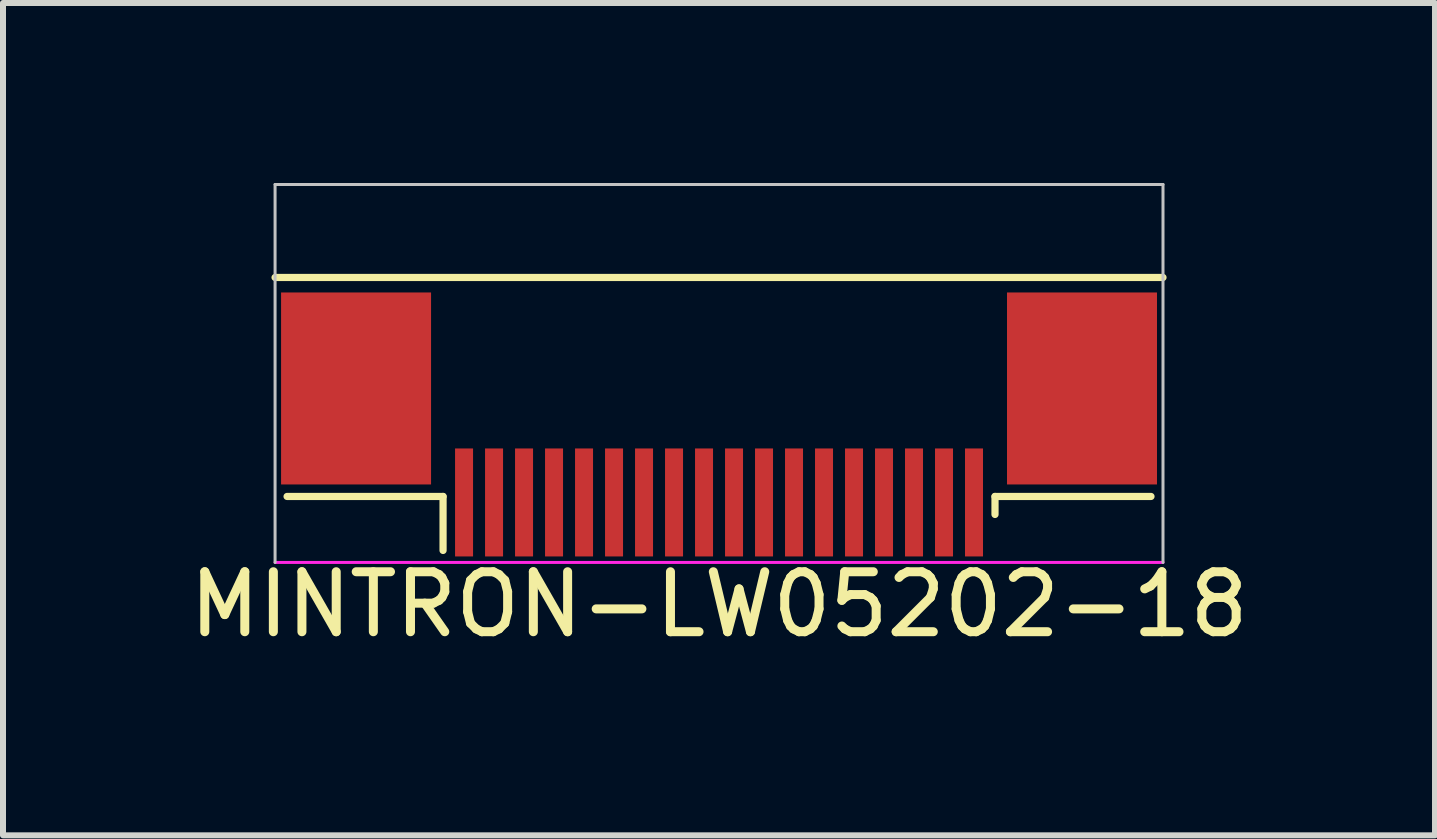
<source format=kicad_pcb>
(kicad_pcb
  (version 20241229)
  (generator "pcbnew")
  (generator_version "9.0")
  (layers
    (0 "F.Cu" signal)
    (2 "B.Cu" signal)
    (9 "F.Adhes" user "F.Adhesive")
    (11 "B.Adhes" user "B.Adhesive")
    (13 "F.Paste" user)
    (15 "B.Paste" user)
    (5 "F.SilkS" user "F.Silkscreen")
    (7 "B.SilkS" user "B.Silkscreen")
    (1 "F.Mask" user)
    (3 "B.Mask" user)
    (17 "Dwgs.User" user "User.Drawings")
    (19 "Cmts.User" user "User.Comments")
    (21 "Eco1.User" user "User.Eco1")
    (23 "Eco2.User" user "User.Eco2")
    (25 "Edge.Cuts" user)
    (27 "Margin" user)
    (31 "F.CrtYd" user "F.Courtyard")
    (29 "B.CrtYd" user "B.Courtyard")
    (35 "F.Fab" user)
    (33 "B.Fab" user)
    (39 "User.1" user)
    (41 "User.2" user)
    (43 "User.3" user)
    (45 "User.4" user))
  (footprint "MINTRON-LW05202-18"
    (layer "F.Cu")
    (at 8.935 6.225)
    (property "Reference" "MINTRON-LW05202-18" (at 0 0.8 0) (layer "F.SilkS") (effects (font (size 1 1) (thickness 0.15))))
    (attr smd)
    (fp_line (start -7.2 -1) (end -4.6 -1) (stroke (width 0.12) (type solid)) (layer "F.SilkS"))
    (fp_line (start -4.6 -1) (end -4.6 -0.1) (stroke (width 0.12) (type solid)) (layer "F.SilkS"))
    (fp_line (start 4.6 -1) (end 4.6 -0.7) (stroke (width 0.12) (type solid)) (layer "F.SilkS"))
    (fp_line (start 7.2 -1) (end 4.6 -1) (stroke (width 0.12) (type solid)) (layer "F.SilkS"))
    (fp_line (start 7.4 -4.65) (end -7.4 -4.65) (stroke (width 0.12) (type solid)) (layer "F.SilkS"))
    (fp_line (start -7.4 -6.2) (end -7.4 0.1) (stroke (width 0.05) (type solid)) (layer "Dwgs.User"))
    (fp_line (start 7.4 -6.2) (end -7.4 -6.2) (stroke (width 0.05) (type solid)) (layer "Dwgs.User"))
    (fp_line (start 7.4 0.1) (end 7.4 -6.2) (stroke (width 0.05) (type solid)) (layer "Dwgs.User"))
    (fp_line (start -7.4 0.1) (end 7.4 0.1) (stroke (width 0.05) (type solid)) (layer "F.CrtYd"))
    (pad "1" smd rect (at -4.25 -0.9) (size 0.3 1.8) (layers "F.Cu" "F.Mask" "F.Paste"))
    (pad "2" smd rect (at -3.75 -0.9) (size 0.3 1.8) (layers "F.Cu" "F.Mask" "F.Paste"))
    (pad "3" smd rect (at -3.25 -0.9) (size 0.3 1.8) (layers "F.Cu" "F.Mask" "F.Paste"))
    (pad "4" smd rect (at -2.75 -0.9) (size 0.3 1.8) (layers "F.Cu" "F.Mask" "F.Paste"))
    (pad "5" smd rect (at -2.25 -0.9) (size 0.3 1.8) (layers "F.Cu" "F.Mask" "F.Paste"))
    (pad "6" smd rect (at -1.75 -0.9) (size 0.3 1.8) (layers "F.Cu" "F.Mask" "F.Paste"))
    (pad "7" smd rect (at -1.25 -0.9) (size 0.3 1.8) (layers "F.Cu" "F.Mask" "F.Paste"))
    (pad "8" smd rect (at -0.75 -0.9) (size 0.3 1.8) (layers "F.Cu" "F.Mask" "F.Paste"))
    (pad "9" smd rect (at -0.25 -0.9) (size 0.3 1.8) (layers "F.Cu" "F.Mask" "F.Paste"))
    (pad "10" smd rect (at 0.25 -0.9) (size 0.3 1.8) (layers "F.Cu" "F.Mask" "F.Paste"))
    (pad "11" smd rect (at 0.75 -0.9) (size 0.3 1.8) (layers "F.Cu" "F.Mask" "F.Paste"))
    (pad "12" smd rect (at 1.25 -0.9) (size 0.3 1.8) (layers "F.Cu" "F.Mask" "F.Paste"))
    (pad "13" smd rect (at 1.75 -0.9) (size 0.3 1.8) (layers "F.Cu" "F.Mask" "F.Paste"))
    (pad "14" smd rect (at 2.25 -0.9) (size 0.3 1.8) (layers "F.Cu" "F.Mask" "F.Paste"))
    (pad "15" smd rect (at 2.75 -0.9) (size 0.3 1.8) (layers "F.Cu" "F.Mask" "F.Paste"))
    (pad "16" smd rect (at 3.25 -0.9) (size 0.3 1.8) (layers "F.Cu" "F.Mask" "F.Paste"))
    (pad "17" smd rect (at 3.75 -0.9) (size 0.3 1.8) (layers "F.Cu" "F.Mask" "F.Paste"))
    (pad "18" smd rect (at 4.25 -0.9) (size 0.3 1.8) (layers "F.Cu" "F.Mask" "F.Paste"))
    (pad "MP" smd rect (at -6.05 -2.8) (size 2.5 3.2) (layers "F.Cu" "F.Mask" "F.Paste"))
    (pad "MP" smd rect (at 6.05 -2.8) (size 2.5 3.2) (layers "F.Cu" "F.Mask" "F.Paste")))
  (gr_rect
    (start -3 -3)
    (end 20.869 10.873)
    (stroke (width 0.1) (type default))
    (fill no)
    (layer "Edge.Cuts")))
</source>
